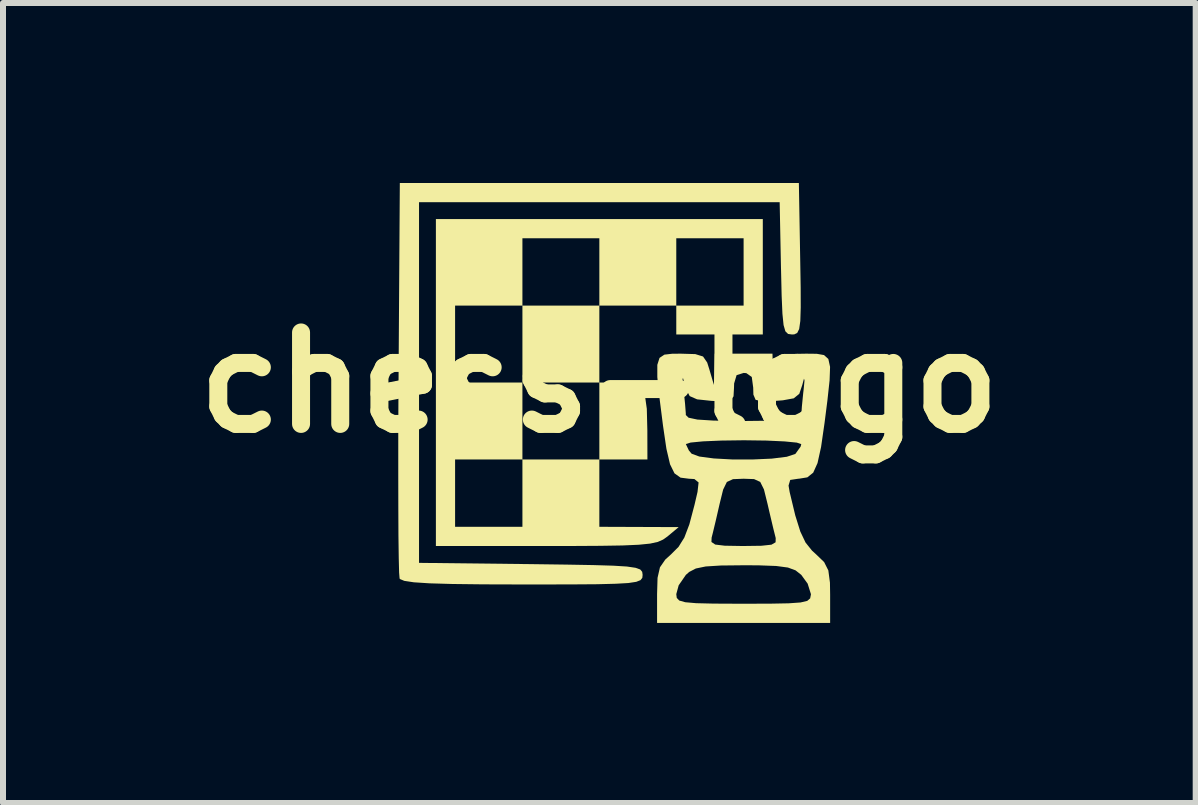
<source format=kicad_pcb>
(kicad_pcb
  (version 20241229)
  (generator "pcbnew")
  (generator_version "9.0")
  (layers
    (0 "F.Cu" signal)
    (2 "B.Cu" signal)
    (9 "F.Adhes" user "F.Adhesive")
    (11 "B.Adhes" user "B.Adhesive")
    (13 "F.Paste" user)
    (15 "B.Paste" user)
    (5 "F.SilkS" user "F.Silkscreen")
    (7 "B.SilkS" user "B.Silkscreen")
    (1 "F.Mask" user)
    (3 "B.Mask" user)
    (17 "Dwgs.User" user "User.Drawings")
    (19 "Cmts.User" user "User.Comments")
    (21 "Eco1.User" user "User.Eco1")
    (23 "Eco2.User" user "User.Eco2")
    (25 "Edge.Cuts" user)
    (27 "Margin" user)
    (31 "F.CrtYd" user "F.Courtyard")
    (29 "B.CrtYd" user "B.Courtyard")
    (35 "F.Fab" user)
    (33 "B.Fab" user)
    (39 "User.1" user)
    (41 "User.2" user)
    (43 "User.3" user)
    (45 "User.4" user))
  (footprint "chess-logo"
    (layer "F.Cu")
    (at 6.938 3.325)
    (property "Reference" "chess-logo" (at 0 0 0) (layer "F.SilkS") (effects (font (size 1.524 1.524) (thickness 0.3))))
    (attr board_only exclude_from_pos_files exclude_from_bom)
    (fp_poly (pts (xy 0.351 0) (xy 0.553 0.013) (xy 0.683 0.072) (xy 0.758 0.204) (xy 0.791 0.438) (xy 0.8 0.802) (xy 0.8 0.821) (xy 0.801 1.282) (xy 0 1.282) (xy 0 2.404) (xy 1.322 2.409) (xy 1.133 2.567) (xy 1.062 2.617) (xy 0.974 2.656) (xy 0.846 2.684) (xy 0.657 2.703) (xy 0.387 2.715) (xy 0.013 2.721) (xy -0.486 2.724) (xy -0.89 2.724) (xy -2.724 2.724) (xy -2.724 2.404) (xy -2.404 2.404) (xy -1.282 2.404) (xy -1.282 1.282) (xy 0 1.282) (xy 0 0) (xy -1.282 0) (xy -1.282 1.282) (xy -2.404 1.282) (xy -2.404 2.404) (xy -2.724 2.404) (xy -2.724 0) (xy -2.404 0) (xy -1.282 0) (xy -1.282 -1.282) (xy 0 -1.282) (xy 0 -2.404) (xy -1.282 -2.404) (xy -1.282 -1.282) (xy -2.404 -1.282) (xy -2.404 0) (xy -2.724 0) (xy -2.724 -2.724) (xy 2.724 -2.724) (xy 2.724 -0.801) (xy 1.282 -0.801) (xy 1.282 -1.282) (xy 2.404 -1.282) (xy 2.404 -2.404) (xy 1.282 -2.404) (xy 1.282 -1.282) (xy 0 -1.282) (xy 0 0)) (stroke (width 0) (type solid)) (fill yes) (layer "F.SilkS"))
    (fp_poly (pts (xy 3.347 -2.063) (xy 3.355 -1.588) (xy 3.356 -1.25) (xy 3.349 -1.026) (xy 3.33 -0.892) (xy 3.297 -0.826) (xy 3.249 -0.803) (xy 3.209 -0.801) (xy 3.145 -0.81) (xy 3.1 -0.854) (xy 3.07 -0.958) (xy 3.051 -1.146) (xy 3.038 -1.444) (xy 3.028 -1.875) (xy 3.027 -1.903) (xy 3.005 -3.005) (xy -3.005 -3.005) (xy -3.005 3.005) (xy -1.142 3.026) (xy -0.549 3.034) (xy -0.098 3.042) (xy 0.232 3.052) (xy 0.459 3.066) (xy 0.602 3.087) (xy 0.681 3.115) (xy 0.714 3.154) (xy 0.721 3.204) (xy 0.721 3.207) (xy 0.716 3.255) (xy 0.686 3.293) (xy 0.615 3.321) (xy 0.484 3.341) (xy 0.273 3.353) (xy -0.035 3.361) (xy -0.459 3.364) (xy -1.017 3.365) (xy -1.285 3.365) (xy -1.94 3.363) (xy -2.45 3.357) (xy -2.829 3.346) (xy -3.091 3.329) (xy -3.25 3.305) (xy -3.322 3.275) (xy -3.329 3.265) (xy -3.337 3.165) (xy -3.343 2.923) (xy -3.348 2.556) (xy -3.35 2.081) (xy -3.351 1.515) (xy -3.351 0.878) (xy -3.348 0.186) (xy -3.346 -0.08) (xy -3.325 -3.325) (xy 3.325 -3.325)) (stroke (width 0) (type solid)) (fill yes) (layer "F.SilkS"))
    (fp_poly (pts (xy 2.892 -0.22) (xy 2.899 0.04) (xy 2.974 -0.22) (xy 3.03 -0.375) (xy 3.113 -0.452) (xy 3.273 -0.478) (xy 3.448 -0.481) (xy 3.624 -0.479) (xy 3.744 -0.458) (xy 3.816 -0.393) (xy 3.845 -0.261) (xy 3.837 -0.037) (xy 3.8 0.303) (xy 3.753 0.672) (xy 3.695 1.074) (xy 3.636 1.342) (xy 3.564 1.502) (xy 3.466 1.58) (xy 3.33 1.602) (xy 3.314 1.603) (xy 3.181 1.623) (xy 3.153 1.717) (xy 3.171 1.823) (xy 3.265 2.214) (xy 3.349 2.483) (xy 3.436 2.666) (xy 3.544 2.801) (xy 3.611 2.862) (xy 3.746 2.992) (xy 3.816 3.131) (xy 3.843 3.335) (xy 3.846 3.533) (xy 3.846 4.006) (xy 0.962 4.006) (xy 0.962 3.533) (xy 0.962 3.526) (xy 1.282 3.526) (xy 1.29 3.589) (xy 1.332 3.633) (xy 1.431 3.661) (xy 1.612 3.677) (xy 1.901 3.684) (xy 2.32 3.686) (xy 2.404 3.686) (xy 2.848 3.685) (xy 3.156 3.679) (xy 3.353 3.665) (xy 3.464 3.639) (xy 3.513 3.597) (xy 3.525 3.537) (xy 3.526 3.526) (xy 3.471 3.351) (xy 3.365 3.205) (xy 3.27 3.13) (xy 3.143 3.083) (xy 2.948 3.057) (xy 2.65 3.046) (xy 2.404 3.045) (xy 2.026 3.049) (xy 1.772 3.065) (xy 1.608 3.099) (xy 1.498 3.156) (xy 1.442 3.205) (xy 1.322 3.379) (xy 1.282 3.526) (xy 0.962 3.526) (xy 0.97 3.254) (xy 1.01 3.079) (xy 1.099 2.95) (xy 1.196 2.862) (xy 1.32 2.738) (xy 1.37 2.657) (xy 1.868 2.657) (xy 1.931 2.7) (xy 2.089 2.719) (xy 2.375 2.724) (xy 2.404 2.724) (xy 2.701 2.72) (xy 2.868 2.702) (xy 2.937 2.662) (xy 2.939 2.591) (xy 2.937 2.584) (xy 2.898 2.428) (xy 2.84 2.183) (xy 2.803 2.023) (xy 2.743 1.781) (xy 2.681 1.656) (xy 2.578 1.609) (xy 2.404 1.603) (xy 2.227 1.61) (xy 2.125 1.657) (xy 2.063 1.784) (xy 2.004 2.023) (xy 1.943 2.289) (xy 1.891 2.506) (xy 1.871 2.584) (xy 1.868 2.657) (xy 1.37 2.657) (xy 1.416 2.584) (xy 1.5 2.363) (xy 1.586 2.038) (xy 1.636 1.823) (xy 1.654 1.665) (xy 1.584 1.608) (xy 1.494 1.603) (xy 1.353 1.585) (xy 1.252 1.513) (xy 1.178 1.362) (xy 1.118 1.106) (xy 1.106 1.026) (xy 1.442 1.026) (xy 1.492 1.132) (xy 1.538 1.186) (xy 1.666 1.233) (xy 1.908 1.265) (xy 2.22 1.282) (xy 2.556 1.282) (xy 2.872 1.268) (xy 3.123 1.237) (xy 3.263 1.191) (xy 3.269 1.186) (xy 3.354 1.068) (xy 3.365 1.026) (xy 3.29 1.001) (xy 3.086 0.981) (xy 2.784 0.967) (xy 2.414 0.962) (xy 2.404 0.962) (xy 2.033 0.967) (xy 1.728 0.98) (xy 1.521 1) (xy 1.442 1.025) (xy 1.442 1.026) (xy 1.106 1.026) (xy 1.061 0.719) (xy 1.055 0.672) (xy 0.998 0.223) (xy 0.97 -0.05) (xy 1.387 -0.05) (xy 1.404 0.12) (xy 1.428 0.35) (xy 1.441 0.518) (xy 1.441 0.541) (xy 1.487 0.586) (xy 1.634 0.617) (xy 1.902 0.634) (xy 2.308 0.641) (xy 2.404 0.641) (xy 2.839 0.636) (xy 3.132 0.621) (xy 3.301 0.593) (xy 3.365 0.551) (xy 3.366 0.541) (xy 3.375 0.401) (xy 3.397 0.179) (xy 3.404 0.12) (xy 3.421 -0.054) (xy 3.413 -0.076) (xy 3.382 0.04) (xy 3.332 0.188) (xy 3.24 0.263) (xy 3.058 0.296) (xy 2.944 0.305) (xy 2.715 0.314) (xy 2.604 0.288) (xy 2.567 0.201) (xy 2.564 0.085) (xy 2.54 -0.093) (xy 2.449 -0.157) (xy 2.404 -0.16) (xy 2.287 -0.123) (xy 2.246 0.015) (xy 2.244 0.085) (xy 2.236 0.231) (xy 2.183 0.3) (xy 2.045 0.314) (xy 1.863 0.305) (xy 1.629 0.28) (xy 1.506 0.226) (xy 1.445 0.112) (xy 1.425 0.04) (xy 1.393 -0.078) (xy 1.387 -0.05) (xy 0.97 -0.05) (xy 0.966 -0.092) (xy 0.966 -0.295) (xy 1.003 -0.411) (xy 1.084 -0.465) (xy 1.215 -0.48) (xy 1.36 -0.481) (xy 1.599 -0.474) (xy 1.728 -0.434) (xy 1.797 -0.334) (xy 1.833 -0.22) (xy 1.909 0.04) (xy 1.916 -0.22) (xy 1.923 -0.481) (xy 2.885 -0.481)) (stroke (width 0) (type solid)) (fill yes) (layer "F.SilkS")))
  (gr_rect
    (start -3 -3)
    (end 16.876 10.332)
    (stroke (width 0.1) (type default))
    (fill no)
    (layer "Edge.Cuts")))
</source>
